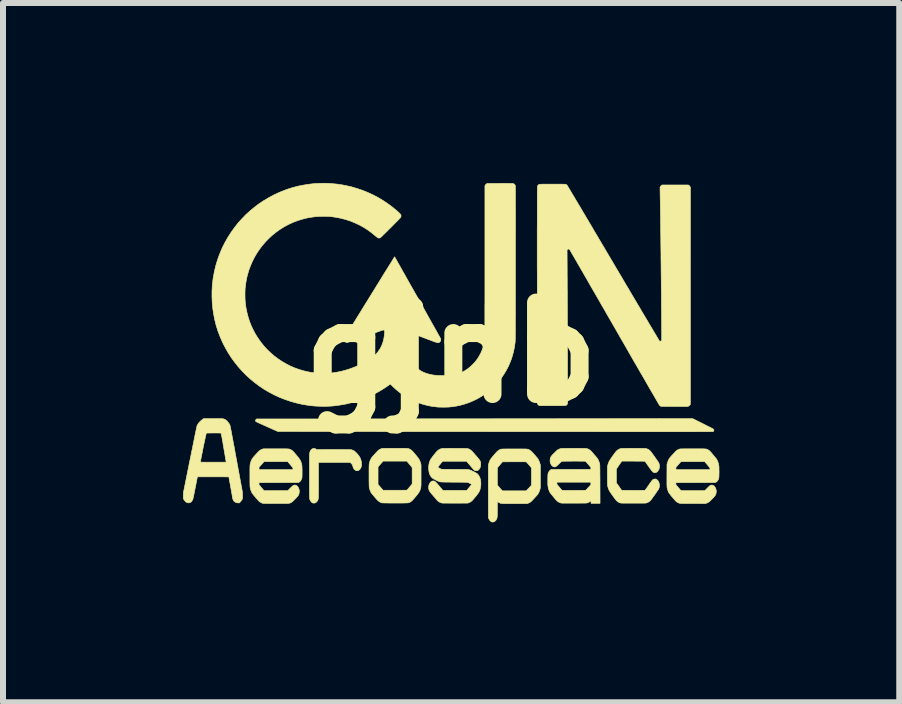
<source format=kicad_pcb>
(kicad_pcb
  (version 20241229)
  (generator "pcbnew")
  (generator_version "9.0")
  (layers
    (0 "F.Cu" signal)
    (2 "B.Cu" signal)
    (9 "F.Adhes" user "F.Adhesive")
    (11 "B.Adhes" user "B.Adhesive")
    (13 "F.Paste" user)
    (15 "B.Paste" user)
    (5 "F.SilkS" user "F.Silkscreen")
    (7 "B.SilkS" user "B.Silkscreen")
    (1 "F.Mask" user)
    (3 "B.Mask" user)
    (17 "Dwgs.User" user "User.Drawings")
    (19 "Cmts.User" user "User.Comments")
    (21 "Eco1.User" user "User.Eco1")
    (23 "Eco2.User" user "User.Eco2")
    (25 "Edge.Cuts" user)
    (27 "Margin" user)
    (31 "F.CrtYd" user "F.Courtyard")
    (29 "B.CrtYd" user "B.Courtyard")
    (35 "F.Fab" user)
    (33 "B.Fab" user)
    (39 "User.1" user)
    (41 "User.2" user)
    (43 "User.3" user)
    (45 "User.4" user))
  (footprint "gjnb"
    (layer "F.Cu")
    (at 4.471 2.829)
    (property "Reference" "gjnb" (at 0 0 0) (layer "F.SilkS") (effects (font (size 1.524 1.524) (thickness 0.3))))
    (attr through_hole)
    (fp_poly (pts (xy -2.277 1.598) (xy -2.268 1.6) (xy -2.259 1.605) (xy -2.254 1.608) (xy -2.243 1.616) (xy -1.959 1.615) (xy -1.915 1.615) (xy -1.875 1.615) (xy -1.841 1.615) (xy -1.81 1.615) (xy -1.783 1.616) (xy -1.76 1.616) (xy -1.741 1.616) (xy -1.724 1.616) (xy -1.71 1.616) (xy -1.698 1.616) (xy -1.689 1.617) (xy -1.681 1.617) (xy -1.675 1.617) (xy -1.67 1.618) (xy -1.666 1.618) (xy -1.663 1.619) (xy -1.66 1.62) (xy -1.658 1.621) (xy -1.657 1.621) (xy -1.642 1.626) (xy -1.628 1.632) (xy -1.615 1.639) (xy -1.603 1.649) (xy -1.59 1.661) (xy -1.575 1.676) (xy -1.566 1.686) (xy -1.547 1.708) (xy -1.532 1.729) (xy -1.52 1.749) (xy -1.511 1.77) (xy -1.503 1.793) (xy -1.501 1.802) (xy -1.497 1.819) (xy -1.495 1.839) (xy -1.494 1.858) (xy -1.494 1.876) (xy -1.496 1.89) (xy -1.501 1.909) (xy -1.51 1.927) (xy -1.52 1.943) (xy -1.532 1.955) (xy -1.545 1.964) (xy -1.561 1.968) (xy -1.577 1.968) (xy -1.591 1.964) (xy -1.605 1.955) (xy -1.617 1.942) (xy -1.628 1.926) (xy -1.636 1.906) (xy -1.64 1.89) (xy -1.642 1.881) (xy -1.645 1.874) (xy -1.648 1.869) (xy -1.652 1.862) (xy -1.659 1.855) (xy -1.664 1.849) (xy -1.683 1.829) (xy -2.212 1.829) (xy -2.212 2.173) (xy -2.212 2.214) (xy -2.212 2.251) (xy -2.212 2.284) (xy -2.213 2.313) (xy -2.213 2.338) (xy -2.213 2.36) (xy -2.213 2.378) (xy -2.213 2.394) (xy -2.214 2.408) (xy -2.214 2.419) (xy -2.215 2.428) (xy -2.216 2.435) (xy -2.217 2.441) (xy -2.218 2.447) (xy -2.219 2.451) (xy -2.22 2.454) (xy -2.222 2.458) (xy -2.224 2.461) (xy -2.225 2.464) (xy -2.232 2.475) (xy -2.241 2.486) (xy -2.251 2.495) (xy -2.261 2.502) (xy -2.261 2.502) (xy -2.275 2.507) (xy -2.291 2.508) (xy -2.307 2.506) (xy -2.319 2.499) (xy -2.331 2.489) (xy -2.342 2.475) (xy -2.351 2.458) (xy -2.358 2.44) (xy -2.359 2.434) (xy -2.36 2.43) (xy -2.36 2.422) (xy -2.361 2.411) (xy -2.361 2.395) (xy -2.361 2.375) (xy -2.361 2.352) (xy -2.362 2.324) (xy -2.362 2.291) (xy -2.362 2.254) (xy -2.362 2.213) (xy -2.362 2.167) (xy -2.362 2.115) (xy -2.362 2.059) (xy -2.362 2.053) (xy -2.362 2.002) (xy -2.362 1.956) (xy -2.362 1.915) (xy -2.362 1.878) (xy -2.362 1.846) (xy -2.362 1.817) (xy -2.362 1.791) (xy -2.362 1.769) (xy -2.362 1.75) (xy -2.362 1.734) (xy -2.361 1.72) (xy -2.361 1.708) (xy -2.361 1.699) (xy -2.36 1.691) (xy -2.36 1.685) (xy -2.36 1.679) (xy -2.359 1.675) (xy -2.359 1.672) (xy -2.358 1.669) (xy -2.357 1.666) (xy -2.357 1.665) (xy -2.35 1.644) (xy -2.34 1.626) (xy -2.328 1.613) (xy -2.314 1.603) (xy -2.298 1.598) (xy -2.288 1.597) (xy -2.277 1.598)) (stroke (width 0.01) (type solid)) (fill yes) (layer "F.SilkS"))
    (fp_poly (pts (xy 4.196 1.184) (xy 4.223 1.198) (xy 4.249 1.211) (xy 4.274 1.224) (xy 4.297 1.235) (xy 4.317 1.245) (xy 4.335 1.254) (xy 4.349 1.262) (xy 4.36 1.268) (xy 4.368 1.272) (xy 4.371 1.273) (xy 4.377 1.282) (xy 4.38 1.291) (xy 4.378 1.301) (xy 4.373 1.31) (xy 4.37 1.313) (xy 4.369 1.313) (xy 4.369 1.314) (xy 4.369 1.314) (xy 4.37 1.314) (xy 4.37 1.314) (xy 4.37 1.314) (xy 4.37 1.315) (xy 4.369 1.315) (xy 4.369 1.315) (xy 4.368 1.315) (xy 4.366 1.315) (xy 4.364 1.315) (xy 4.362 1.316) (xy 4.358 1.316) (xy 4.355 1.316) (xy 4.35 1.316) (xy 4.345 1.316) (xy 4.338 1.316) (xy 4.331 1.316) (xy 4.323 1.316) (xy 4.313 1.317) (xy 4.303 1.317) (xy 4.291 1.317) (xy 4.278 1.317) (xy 4.264 1.317) (xy 4.248 1.317) (xy 4.231 1.317) (xy 4.212 1.317) (xy 4.191 1.317) (xy 4.169 1.317) (xy 4.145 1.317) (xy 4.119 1.317) (xy 4.092 1.317) (xy 4.062 1.318) (xy 4.03 1.318) (xy 3.997 1.318) (xy 3.961 1.318) (xy 3.923 1.318) (xy 3.882 1.318) (xy 3.84 1.318) (xy 3.795 1.318) (xy 3.747 1.318) (xy 3.697 1.318) (xy 3.644 1.318) (xy 3.589 1.318) (xy 3.53 1.318) (xy 3.469 1.318) (xy 3.405 1.318) (xy 3.339 1.318) (xy 3.269 1.318) (xy 3.196 1.318) (xy 3.12 1.318) (xy 3.04 1.318) (xy 2.958 1.318) (xy 2.872 1.318) (xy 2.782 1.318) (xy 2.689 1.318) (xy 2.593 1.318) (xy 2.493 1.318) (xy 2.389 1.317) (xy 2.282 1.317) (xy 2.171 1.317) (xy 2.056 1.317) (xy 1.937 1.317) (xy 1.813 1.317) (xy 1.686 1.317) (xy 1.555 1.317) (xy 1.42 1.317) (xy 1.28 1.317) (xy 1.136 1.317) (xy 0.987 1.317) (xy 0.834 1.317) (xy 0.677 1.317) (xy 0.514 1.316) (xy 0.348 1.316) (xy 0.176 1.316) (xy -0.000452 1.316) (xy -0.182 1.316) (xy -0.368 1.316) (xy -0.559 1.316) (xy -0.58 1.316) (xy -2.889 1.314) (xy -3.067 1.235) (xy -3.095 1.222) (xy -3.122 1.21) (xy -3.148 1.198) (xy -3.171 1.188) (xy -3.193 1.178) (xy -3.211 1.17) (xy -3.226 1.163) (xy -3.238 1.157) (xy -3.246 1.154) (xy -3.25 1.152) (xy -3.25 1.152) (xy -3.258 1.144) (xy -3.261 1.135) (xy -3.26 1.125) (xy -3.254 1.115) (xy -3.253 1.114) (xy -3.244 1.105) (xy -2.575 1.105) (xy -2.544 1.105) (xy -2.508 1.105) (xy -2.467 1.105) (xy -2.422 1.105) (xy -2.372 1.105) (xy -2.317 1.105) (xy -2.259 1.105) (xy -2.196 1.105) (xy -2.129 1.105) (xy -2.058 1.105) (xy -1.983 1.104) (xy -1.905 1.104) (xy -1.823 1.104) (xy -1.738 1.104) (xy -1.65 1.104) (xy -1.559 1.104) (xy -1.464 1.104) (xy -1.367 1.104) (xy -1.267 1.104) (xy -1.164 1.104) (xy -1.059 1.104) (xy -0.952 1.104) (xy -0.843 1.104) (xy -0.731 1.104) (xy -0.618 1.104) (xy -0.502 1.103) (xy -0.386 1.103) (xy -0.267 1.103) (xy -0.147 1.103) (xy -0.026 1.103) (xy 0.096 1.103) (xy 0.219 1.103) (xy 0.343 1.103) (xy 0.468 1.103) (xy 0.593 1.103) (xy 0.719 1.102) (xy 0.845 1.102) (xy 0.972 1.102) (xy 1.06 1.102) (xy 4.027 1.1) (xy 4.196 1.184)) (stroke (width 0.01) (type solid)) (fill yes) (layer "F.SilkS"))
    (fp_poly (pts (xy 1.156 1.605) (xy 1.182 1.605) (xy 1.204 1.606) (xy 1.223 1.606) (xy 1.239 1.606) (xy 1.252 1.607) (xy 1.264 1.608) (xy 1.273 1.609) (xy 1.281 1.611) (xy 1.287 1.613) (xy 1.293 1.615) (xy 1.298 1.618) (xy 1.303 1.621) (xy 1.309 1.624) (xy 1.315 1.629) (xy 1.318 1.631) (xy 1.325 1.635) (xy 1.331 1.641) (xy 1.338 1.647) (xy 1.346 1.654) (xy 1.355 1.663) (xy 1.365 1.674) (xy 1.378 1.689) (xy 1.389 1.701) (xy 1.402 1.716) (xy 1.414 1.73) (xy 1.425 1.743) (xy 1.434 1.753) (xy 1.44 1.761) (xy 1.444 1.766) (xy 1.445 1.767) (xy 1.452 1.779) (xy 1.459 1.794) (xy 1.467 1.811) (xy 1.474 1.829) (xy 1.479 1.846) (xy 1.48 1.848) (xy 1.487 1.873) (xy 1.487 2.254) (xy 1.48 2.279) (xy 1.474 2.299) (xy 1.466 2.319) (xy 1.457 2.339) (xy 1.447 2.355) (xy 1.445 2.359) (xy 1.441 2.364) (xy 1.434 2.372) (xy 1.425 2.383) (xy 1.414 2.395) (xy 1.402 2.409) (xy 1.389 2.424) (xy 1.387 2.425) (xy 1.369 2.445) (xy 1.354 2.461) (xy 1.341 2.474) (xy 1.329 2.484) (xy 1.318 2.493) (xy 1.308 2.499) (xy 1.298 2.504) (xy 1.287 2.509) (xy 1.283 2.51) (xy 1.266 2.516) (xy 1.053 2.516) (xy 1.015 2.516) (xy 0.982 2.516) (xy 0.953 2.516) (xy 0.928 2.516) (xy 0.907 2.516) (xy 0.889 2.515) (xy 0.875 2.515) (xy 0.863 2.515) (xy 0.853 2.515) (xy 0.845 2.514) (xy 0.839 2.514) (xy 0.835 2.513) (xy 0.831 2.513) (xy 0.828 2.512) (xy 0.826 2.511) (xy 0.826 2.511) (xy 0.809 2.505) (xy 0.795 2.498) (xy 0.782 2.489) (xy 0.781 2.488) (xy 0.77 2.479) (xy 0.77 2.607) (xy 0.77 2.637) (xy 0.769 2.662) (xy 0.769 2.684) (xy 0.769 2.701) (xy 0.769 2.716) (xy 0.768 2.727) (xy 0.768 2.736) (xy 0.767 2.743) (xy 0.766 2.748) (xy 0.766 2.75) (xy 0.759 2.771) (xy 0.749 2.79) (xy 0.737 2.804) (xy 0.723 2.815) (xy 0.708 2.822) (xy 0.698 2.823) (xy 0.689 2.823) (xy 0.68 2.823) (xy 0.677 2.822) (xy 0.664 2.815) (xy 0.651 2.804) (xy 0.639 2.789) (xy 0.629 2.771) (xy 0.627 2.766) (xy 0.621 2.752) (xy 0.62 2.315) (xy 0.62 1.921) (xy 0.77 1.921) (xy 0.77 2.209) (xy 0.807 2.251) (xy 0.818 2.263) (xy 0.828 2.275) (xy 0.837 2.285) (xy 0.845 2.293) (xy 0.849 2.297) (xy 0.85 2.298) (xy 0.856 2.304) (xy 1.251 2.304) (xy 1.267 2.287) (xy 1.275 2.278) (xy 1.285 2.268) (xy 1.297 2.256) (xy 1.308 2.243) (xy 1.311 2.24) (xy 1.339 2.21) (xy 1.338 2.064) (xy 1.338 1.919) (xy 1.299 1.873) (xy 1.288 1.86) (xy 1.277 1.848) (xy 1.268 1.838) (xy 1.261 1.83) (xy 1.256 1.824) (xy 1.254 1.823) (xy 1.253 1.822) (xy 1.251 1.822) (xy 1.249 1.821) (xy 1.245 1.82) (xy 1.239 1.82) (xy 1.232 1.82) (xy 1.222 1.819) (xy 1.21 1.819) (xy 1.194 1.819) (xy 1.176 1.819) (xy 1.154 1.819) (xy 1.128 1.819) (xy 1.097 1.819) (xy 1.062 1.819) (xy 1.052 1.819) (xy 0.855 1.82) (xy 0.825 1.855) (xy 0.814 1.868) (xy 0.803 1.881) (xy 0.794 1.892) (xy 0.786 1.901) (xy 0.782 1.906) (xy 0.77 1.921) (xy 0.62 1.921) (xy 0.62 1.878) (xy 0.626 1.854) (xy 0.632 1.832) (xy 0.64 1.811) (xy 0.649 1.791) (xy 0.659 1.775) (xy 0.663 1.768) (xy 0.67 1.759) (xy 0.68 1.748) (xy 0.691 1.734) (xy 0.703 1.72) (xy 0.716 1.704) (xy 0.729 1.69) (xy 0.741 1.676) (xy 0.752 1.663) (xy 0.762 1.653) (xy 0.769 1.646) (xy 0.771 1.644) (xy 0.781 1.636) (xy 0.792 1.628) (xy 0.801 1.622) (xy 0.806 1.619) (xy 0.811 1.617) (xy 0.815 1.614) (xy 0.82 1.612) (xy 0.825 1.611) (xy 0.831 1.609) (xy 0.839 1.608) (xy 0.847 1.607) (xy 0.858 1.607) (xy 0.871 1.606) (xy 0.887 1.606) (xy 0.906 1.606) (xy 0.928 1.605) (xy 0.954 1.605) (xy 0.984 1.605) (xy 1.018 1.605) (xy 1.053 1.605) (xy 1.092 1.605) (xy 1.126 1.605) (xy 1.156 1.605)) (stroke (width 0.01) (type solid)) (fill yes) (layer "F.SilkS"))
    (fp_poly (pts (xy -2.85 1.603) (xy -2.82 1.603) (xy -2.795 1.603) (xy -2.774 1.603) (xy -2.755 1.603) (xy -2.74 1.604) (xy -2.727 1.604) (xy -2.717 1.605) (xy -2.708 1.606) (xy -2.701 1.607) (xy -2.696 1.608) (xy -2.691 1.609) (xy -2.686 1.611) (xy -2.681 1.613) (xy -2.677 1.616) (xy -2.673 1.617) (xy -2.665 1.622) (xy -2.657 1.627) (xy -2.649 1.633) (xy -2.64 1.64) (xy -2.631 1.65) (xy -2.62 1.661) (xy -2.607 1.676) (xy -2.592 1.694) (xy -2.581 1.707) (xy -2.564 1.728) (xy -2.549 1.746) (xy -2.537 1.762) (xy -2.528 1.775) (xy -2.52 1.787) (xy -2.514 1.798) (xy -2.508 1.809) (xy -2.504 1.821) (xy -2.5 1.833) (xy -2.496 1.844) (xy -2.493 1.854) (xy -2.491 1.864) (xy -2.489 1.874) (xy -2.488 1.885) (xy -2.487 1.898) (xy -2.486 1.913) (xy -2.486 1.931) (xy -2.485 1.953) (xy -2.485 1.978) (xy -2.485 1.988) (xy -2.485 2.012) (xy -2.485 2.033) (xy -2.486 2.049) (xy -2.486 2.062) (xy -2.486 2.072) (xy -2.487 2.08) (xy -2.488 2.086) (xy -2.489 2.091) (xy -2.49 2.096) (xy -2.49 2.097) (xy -2.499 2.119) (xy -2.51 2.137) (xy -2.524 2.152) (xy -2.537 2.16) (xy -2.549 2.165) (xy -2.876 2.166) (xy -3.203 2.167) (xy -3.203 2.202) (xy -3.167 2.245) (xy -3.156 2.258) (xy -3.146 2.27) (xy -3.137 2.28) (xy -3.13 2.288) (xy -3.126 2.293) (xy -3.125 2.294) (xy -3.119 2.301) (xy -2.724 2.301) (xy -2.685 2.262) (xy -2.672 2.249) (xy -2.66 2.238) (xy -2.649 2.228) (xy -2.64 2.22) (xy -2.634 2.215) (xy -2.633 2.215) (xy -2.618 2.208) (xy -2.602 2.207) (xy -2.588 2.21) (xy -2.574 2.218) (xy -2.561 2.229) (xy -2.55 2.245) (xy -2.541 2.264) (xy -2.536 2.277) (xy -2.532 2.297) (xy -2.532 2.319) (xy -2.534 2.342) (xy -2.54 2.363) (xy -2.549 2.381) (xy -2.55 2.383) (xy -2.554 2.389) (xy -2.562 2.397) (xy -2.571 2.408) (xy -2.583 2.421) (xy -2.595 2.434) (xy -2.608 2.447) (xy -2.62 2.459) (xy -2.631 2.47) (xy -2.64 2.479) (xy -2.647 2.485) (xy -2.648 2.485) (xy -2.657 2.492) (xy -2.667 2.498) (xy -2.673 2.501) (xy -2.677 2.503) (xy -2.682 2.505) (xy -2.686 2.507) (xy -2.691 2.509) (xy -2.696 2.51) (xy -2.703 2.511) (xy -2.711 2.512) (xy -2.721 2.513) (xy -2.733 2.513) (xy -2.747 2.514) (xy -2.764 2.514) (xy -2.785 2.514) (xy -2.809 2.514) (xy -2.836 2.514) (xy -2.868 2.514) (xy -2.905 2.514) (xy -2.922 2.514) (xy -2.957 2.514) (xy -2.989 2.514) (xy -3.019 2.514) (xy -3.047 2.514) (xy -3.072 2.514) (xy -3.094 2.513) (xy -3.112 2.513) (xy -3.126 2.513) (xy -3.135 2.512) (xy -3.14 2.512) (xy -3.141 2.512) (xy -3.154 2.507) (xy -3.169 2.5) (xy -3.183 2.492) (xy -3.197 2.483) (xy -3.202 2.478) (xy -3.208 2.472) (xy -3.216 2.463) (xy -3.226 2.452) (xy -3.238 2.439) (xy -3.251 2.424) (xy -3.264 2.408) (xy -3.277 2.393) (xy -3.289 2.379) (xy -3.299 2.366) (xy -3.308 2.354) (xy -3.314 2.346) (xy -3.315 2.345) (xy -3.326 2.327) (xy -3.335 2.304) (xy -3.344 2.279) (xy -3.35 2.252) (xy -3.353 2.235) (xy -3.353 2.228) (xy -3.354 2.217) (xy -3.354 2.202) (xy -3.354 2.183) (xy -3.355 2.162) (xy -3.355 2.138) (xy -3.355 2.113) (xy -3.355 2.086) (xy -3.355 2.059) (xy -3.355 2.031) (xy -3.355 2.004) (xy -3.355 1.979) (xy -3.355 1.954) (xy -3.355 1.932) (xy -3.354 1.913) (xy -3.354 1.911) (xy -3.203 1.911) (xy -3.203 1.951) (xy -2.637 1.951) (xy -2.637 1.922) (xy -2.666 1.886) (xy -2.677 1.873) (xy -2.688 1.86) (xy -2.698 1.848) (xy -2.706 1.838) (xy -2.711 1.833) (xy -2.726 1.816) (xy -3.116 1.816) (xy -3.124 1.823) (xy -3.128 1.827) (xy -3.135 1.834) (xy -3.143 1.844) (xy -3.154 1.855) (xy -3.165 1.868) (xy -3.167 1.871) (xy -3.203 1.911) (xy -3.354 1.911) (xy -3.354 1.897) (xy -3.353 1.884) (xy -3.353 1.876) (xy -3.353 1.875) (xy -3.348 1.848) (xy -3.34 1.821) (xy -3.33 1.795) (xy -3.318 1.772) (xy -3.305 1.753) (xy -3.3 1.747) (xy -3.292 1.738) (xy -3.283 1.727) (xy -3.271 1.714) (xy -3.258 1.7) (xy -3.247 1.687) (xy -3.23 1.669) (xy -3.216 1.654) (xy -3.204 1.642) (xy -3.193 1.633) (xy -3.183 1.625) (xy -3.174 1.62) (xy -3.164 1.615) (xy -3.153 1.61) (xy -3.149 1.609) (xy -3.13 1.603) (xy -2.922 1.603) (xy -2.883 1.603) (xy -2.85 1.603)) (stroke (width 0.01) (type solid)) (fill yes) (layer "F.SilkS"))
    (fp_poly (pts (xy -0.898 1.595) (xy -0.866 1.595) (xy -0.837 1.595) (xy -0.813 1.595) (xy -0.792 1.595) (xy -0.775 1.595) (xy -0.76 1.596) (xy -0.749 1.596) (xy -0.739 1.596) (xy -0.732 1.597) (xy -0.726 1.597) (xy -0.721 1.598) (xy -0.717 1.598) (xy -0.714 1.599) (xy -0.711 1.6) (xy -0.711 1.6) (xy -0.693 1.607) (xy -0.674 1.618) (xy -0.658 1.63) (xy -0.652 1.635) (xy -0.647 1.64) (xy -0.639 1.649) (xy -0.629 1.66) (xy -0.617 1.674) (xy -0.605 1.688) (xy -0.592 1.704) (xy -0.58 1.719) (xy -0.568 1.733) (xy -0.558 1.746) (xy -0.549 1.757) (xy -0.543 1.765) (xy -0.542 1.767) (xy -0.531 1.786) (xy -0.52 1.81) (xy -0.511 1.836) (xy -0.508 1.846) (xy -0.502 1.871) (xy -0.502 2.05) (xy -0.502 2.085) (xy -0.502 2.116) (xy -0.502 2.142) (xy -0.502 2.165) (xy -0.502 2.184) (xy -0.502 2.201) (xy -0.503 2.214) (xy -0.504 2.226) (xy -0.504 2.235) (xy -0.505 2.244) (xy -0.507 2.251) (xy -0.508 2.258) (xy -0.51 2.265) (xy -0.512 2.272) (xy -0.515 2.28) (xy -0.516 2.282) (xy -0.52 2.294) (xy -0.524 2.305) (xy -0.53 2.316) (xy -0.536 2.327) (xy -0.544 2.339) (xy -0.554 2.352) (xy -0.566 2.368) (xy -0.581 2.386) (xy -0.595 2.403) (xy -0.613 2.425) (xy -0.629 2.443) (xy -0.643 2.458) (xy -0.656 2.47) (xy -0.667 2.48) (xy -0.678 2.488) (xy -0.688 2.494) (xy -0.699 2.498) (xy -0.711 2.502) (xy -0.716 2.503) (xy -0.721 2.504) (xy -0.731 2.505) (xy -0.745 2.505) (xy -0.763 2.506) (xy -0.784 2.506) (xy -0.807 2.507) (xy -0.833 2.507) (xy -0.861 2.507) (xy -0.889 2.507) (xy -0.919 2.507) (xy -0.949 2.507) (xy -0.978 2.507) (xy -1.007 2.507) (xy -1.035 2.507) (xy -1.061 2.506) (xy -1.085 2.506) (xy -1.107 2.506) (xy -1.125 2.505) (xy -1.14 2.505) (xy -1.151 2.504) (xy -1.157 2.503) (xy -1.158 2.503) (xy -1.18 2.495) (xy -1.201 2.482) (xy -1.222 2.465) (xy -1.233 2.454) (xy -1.248 2.438) (xy -1.263 2.421) (xy -1.277 2.404) (xy -1.291 2.388) (xy -1.304 2.372) (xy -1.316 2.358) (xy -1.325 2.347) (xy -1.331 2.338) (xy -1.334 2.335) (xy -1.342 2.317) (xy -1.351 2.297) (xy -1.358 2.275) (xy -1.364 2.254) (xy -1.365 2.248) (xy -1.366 2.241) (xy -1.367 2.229) (xy -1.367 2.213) (xy -1.368 2.196) (xy -1.219 2.196) (xy -1.182 2.239) (xy -1.171 2.252) (xy -1.16 2.264) (xy -1.152 2.274) (xy -1.145 2.282) (xy -1.141 2.287) (xy -1.14 2.288) (xy -1.135 2.294) (xy -0.938 2.294) (xy -0.901 2.294) (xy -0.869 2.294) (xy -0.842 2.294) (xy -0.819 2.293) (xy -0.799 2.293) (xy -0.783 2.293) (xy -0.77 2.293) (xy -0.759 2.293) (xy -0.751 2.292) (xy -0.745 2.292) (xy -0.741 2.291) (xy -0.738 2.291) (xy -0.736 2.29) (xy -0.735 2.289) (xy -0.735 2.289) (xy -0.732 2.286) (xy -0.726 2.28) (xy -0.718 2.271) (xy -0.709 2.26) (xy -0.699 2.248) (xy -0.689 2.236) (xy -0.679 2.224) (xy -0.67 2.214) (xy -0.663 2.205) (xy -0.658 2.198) (xy -0.657 2.198) (xy -0.65 2.189) (xy -0.65 2.052) (xy -0.65 1.916) (xy -0.687 1.87) (xy -0.699 1.857) (xy -0.709 1.844) (xy -0.718 1.833) (xy -0.726 1.824) (xy -0.731 1.818) (xy -0.732 1.817) (xy -0.74 1.808) (xy -1.134 1.808) (xy -1.148 1.824) (xy -1.155 1.832) (xy -1.164 1.842) (xy -1.175 1.854) (xy -1.186 1.866) (xy -1.191 1.872) (xy -1.219 1.904) (xy -1.219 2.196) (xy -1.368 2.196) (xy -1.368 2.194) (xy -1.368 2.171) (xy -1.369 2.147) (xy -1.369 2.12) (xy -1.369 2.092) (xy -1.369 2.064) (xy -1.369 2.035) (xy -1.369 2.006) (xy -1.369 1.978) (xy -1.369 1.952) (xy -1.369 1.927) (xy -1.368 1.905) (xy -1.368 1.885) (xy -1.367 1.869) (xy -1.366 1.857) (xy -1.365 1.85) (xy -1.365 1.85) (xy -1.359 1.825) (xy -1.351 1.8) (xy -1.341 1.778) (xy -1.33 1.758) (xy -1.326 1.752) (xy -1.321 1.745) (xy -1.313 1.736) (xy -1.303 1.724) (xy -1.291 1.711) (xy -1.279 1.698) (xy -1.266 1.683) (xy -1.253 1.669) (xy -1.241 1.656) (xy -1.23 1.645) (xy -1.22 1.635) (xy -1.213 1.628) (xy -1.209 1.624) (xy -1.208 1.624) (xy -1.188 1.611) (xy -1.166 1.602) (xy -1.158 1.599) (xy -1.155 1.598) (xy -1.152 1.598) (xy -1.147 1.597) (xy -1.141 1.597) (xy -1.133 1.596) (xy -1.122 1.596) (xy -1.11 1.596) (xy -1.094 1.596) (xy -1.076 1.595) (xy -1.053 1.595) (xy -1.028 1.595) (xy -0.997 1.595) (xy -0.963 1.595) (xy -0.936 1.595) (xy -0.898 1.595)) (stroke (width 0.01) (type solid)) (fill yes) (layer "F.SilkS"))
    (fp_poly (pts (xy 4.102 1.603) (xy 4.132 1.603) (xy 4.157 1.603) (xy 4.179 1.603) (xy 4.197 1.603) (xy 4.213 1.604) (xy 4.225 1.604) (xy 4.236 1.605) (xy 4.245 1.606) (xy 4.252 1.607) (xy 4.258 1.608) (xy 4.263 1.61) (xy 4.268 1.612) (xy 4.272 1.614) (xy 4.277 1.617) (xy 4.28 1.618) (xy 4.29 1.624) (xy 4.301 1.632) (xy 4.307 1.636) (xy 4.311 1.64) (xy 4.318 1.648) (xy 4.328 1.658) (xy 4.339 1.671) (xy 4.351 1.685) (xy 4.363 1.7) (xy 4.376 1.715) (xy 4.388 1.729) (xy 4.4 1.743) (xy 4.409 1.755) (xy 4.417 1.764) (xy 4.422 1.771) (xy 4.435 1.793) (xy 4.446 1.819) (xy 4.455 1.847) (xy 4.461 1.875) (xy 4.463 1.886) (xy 4.464 1.9) (xy 4.465 1.917) (xy 4.465 1.937) (xy 4.465 1.958) (xy 4.466 1.98) (xy 4.466 2.003) (xy 4.465 2.024) (xy 4.465 2.044) (xy 4.464 2.062) (xy 4.463 2.077) (xy 4.462 2.088) (xy 4.461 2.093) (xy 4.455 2.112) (xy 4.445 2.13) (xy 4.433 2.145) (xy 4.419 2.157) (xy 4.412 2.161) (xy 4.41 2.162) (xy 4.408 2.162) (xy 4.405 2.163) (xy 4.401 2.163) (xy 4.395 2.164) (xy 4.387 2.164) (xy 4.378 2.164) (xy 4.366 2.165) (xy 4.352 2.165) (xy 4.335 2.165) (xy 4.315 2.165) (xy 4.292 2.165) (xy 4.266 2.165) (xy 4.235 2.166) (xy 4.201 2.166) (xy 4.162 2.166) (xy 4.118 2.166) (xy 4.075 2.166) (xy 3.747 2.167) (xy 3.747 2.184) (xy 3.747 2.201) (xy 3.787 2.249) (xy 3.799 2.262) (xy 3.809 2.275) (xy 3.818 2.285) (xy 3.825 2.293) (xy 3.83 2.298) (xy 3.831 2.299) (xy 3.834 2.3) (xy 3.842 2.3) (xy 3.854 2.3) (xy 3.87 2.3) (xy 3.889 2.301) (xy 3.911 2.301) (xy 3.936 2.301) (xy 3.964 2.301) (xy 3.993 2.301) (xy 4.024 2.301) (xy 4.031 2.301) (xy 4.228 2.301) (xy 4.27 2.259) (xy 4.285 2.244) (xy 4.298 2.232) (xy 4.308 2.222) (xy 4.317 2.216) (xy 4.324 2.212) (xy 4.331 2.209) (xy 4.338 2.208) (xy 4.345 2.207) (xy 4.361 2.21) (xy 4.375 2.217) (xy 4.388 2.228) (xy 4.388 2.228) (xy 4.402 2.247) (xy 4.412 2.268) (xy 4.418 2.291) (xy 4.42 2.315) (xy 4.417 2.339) (xy 4.411 2.363) (xy 4.407 2.371) (xy 4.404 2.377) (xy 4.399 2.384) (xy 4.393 2.392) (xy 4.385 2.402) (xy 4.374 2.414) (xy 4.36 2.429) (xy 4.355 2.434) (xy 4.338 2.452) (xy 4.323 2.466) (xy 4.311 2.478) (xy 4.3 2.487) (xy 4.289 2.494) (xy 4.279 2.5) (xy 4.268 2.505) (xy 4.259 2.508) (xy 4.24 2.515) (xy 4.029 2.514) (xy 3.991 2.514) (xy 3.958 2.514) (xy 3.93 2.514) (xy 3.905 2.514) (xy 3.884 2.514) (xy 3.867 2.514) (xy 3.852 2.514) (xy 3.84 2.513) (xy 3.831 2.513) (xy 3.823 2.513) (xy 3.817 2.512) (xy 3.813 2.512) (xy 3.809 2.511) (xy 3.806 2.51) (xy 3.805 2.51) (xy 3.782 2.501) (xy 3.761 2.488) (xy 3.754 2.483) (xy 3.749 2.478) (xy 3.74 2.47) (xy 3.73 2.458) (xy 3.718 2.445) (xy 3.705 2.43) (xy 3.692 2.414) (xy 3.678 2.398) (xy 3.665 2.382) (xy 3.654 2.367) (xy 3.643 2.354) (xy 3.635 2.343) (xy 3.629 2.335) (xy 3.628 2.332) (xy 3.621 2.318) (xy 3.614 2.3) (xy 3.608 2.28) (xy 3.602 2.261) (xy 3.599 2.244) (xy 3.599 2.237) (xy 3.598 2.227) (xy 3.598 2.213) (xy 3.597 2.194) (xy 3.597 2.171) (xy 3.597 2.144) (xy 3.597 2.113) (xy 3.597 2.076) (xy 3.597 2.043) (xy 3.598 1.912) (xy 3.747 1.912) (xy 3.747 1.951) (xy 4.315 1.951) (xy 4.315 1.937) (xy 4.315 1.933) (xy 4.315 1.93) (xy 4.314 1.927) (xy 4.313 1.923) (xy 4.31 1.918) (xy 4.305 1.912) (xy 4.299 1.904) (xy 4.292 1.894) (xy 4.281 1.882) (xy 4.269 1.866) (xy 4.253 1.848) (xy 4.244 1.837) (xy 4.226 1.816) (xy 3.833 1.816) (xy 3.82 1.829) (xy 3.815 1.836) (xy 3.806 1.845) (xy 3.796 1.856) (xy 3.785 1.868) (xy 3.777 1.878) (xy 3.747 1.912) (xy 3.598 1.912) (xy 3.598 1.863) (xy 3.605 1.838) (xy 3.612 1.817) (xy 3.62 1.796) (xy 3.629 1.777) (xy 3.639 1.762) (xy 3.64 1.76) (xy 3.645 1.754) (xy 3.653 1.745) (xy 3.663 1.733) (xy 3.674 1.72) (xy 3.687 1.706) (xy 3.7 1.692) (xy 3.713 1.678) (xy 3.725 1.665) (xy 3.736 1.653) (xy 3.745 1.644) (xy 3.752 1.637) (xy 3.754 1.635) (xy 3.765 1.627) (xy 3.779 1.619) (xy 3.794 1.612) (xy 3.808 1.607) (xy 3.813 1.605) (xy 3.817 1.605) (xy 3.827 1.604) (xy 3.842 1.604) (xy 3.861 1.604) (xy 3.885 1.603) (xy 3.914 1.603) (xy 3.947 1.603) (xy 3.984 1.603) (xy 4.025 1.603) (xy 4.03 1.603) (xy 4.068 1.603) (xy 4.102 1.603)) (stroke (width 0.01) (type solid)) (fill yes) (layer "F.SilkS"))
    (fp_poly (pts (xy 2.064 1.595) (xy 2.093 1.595) (xy 2.12 1.595) (xy 2.147 1.596) (xy 2.172 1.596) (xy 2.194 1.596) (xy 2.213 1.596) (xy 2.23 1.597) (xy 2.242 1.597) (xy 2.25 1.598) (xy 2.252 1.598) (xy 2.271 1.602) (xy 2.29 1.61) (xy 2.309 1.622) (xy 2.326 1.634) (xy 2.332 1.64) (xy 2.341 1.649) (xy 2.351 1.661) (xy 2.363 1.675) (xy 2.376 1.69) (xy 2.389 1.705) (xy 2.402 1.72) (xy 2.414 1.734) (xy 2.424 1.747) (xy 2.433 1.757) (xy 2.435 1.76) (xy 2.448 1.78) (xy 2.458 1.802) (xy 2.468 1.827) (xy 2.476 1.855) (xy 2.476 1.858) (xy 2.477 1.862) (xy 2.477 1.866) (xy 2.478 1.872) (xy 2.478 1.879) (xy 2.479 1.887) (xy 2.479 1.898) (xy 2.479 1.91) (xy 2.479 1.926) (xy 2.48 1.944) (xy 2.48 1.964) (xy 2.48 1.989) (xy 2.48 2.017) (xy 2.48 2.048) (xy 2.481 2.084) (xy 2.481 2.124) (xy 2.481 2.169) (xy 2.481 2.193) (xy 2.482 2.512) (xy 2.332 2.512) (xy 2.332 2.469) (xy 2.321 2.477) (xy 2.306 2.488) (xy 2.287 2.498) (xy 2.273 2.504) (xy 2.271 2.505) (xy 2.268 2.505) (xy 2.264 2.506) (xy 2.259 2.506) (xy 2.252 2.507) (xy 2.244 2.507) (xy 2.233 2.508) (xy 2.22 2.508) (xy 2.203 2.508) (xy 2.184 2.508) (xy 2.16 2.508) (xy 2.133 2.509) (xy 2.101 2.509) (xy 2.065 2.509) (xy 2.054 2.509) (xy 2.012 2.509) (xy 1.974 2.509) (xy 1.941 2.509) (xy 1.913 2.509) (xy 1.89 2.509) (xy 1.87 2.509) (xy 1.855 2.508) (xy 1.844 2.508) (xy 1.836 2.507) (xy 1.832 2.507) (xy 1.817 2.502) (xy 1.801 2.495) (xy 1.784 2.486) (xy 1.77 2.476) (xy 1.763 2.47) (xy 1.757 2.464) (xy 1.749 2.455) (xy 1.738 2.443) (xy 1.726 2.429) (xy 1.714 2.414) (xy 1.701 2.398) (xy 1.688 2.383) (xy 1.676 2.368) (xy 1.665 2.355) (xy 1.657 2.344) (xy 1.651 2.336) (xy 1.65 2.335) (xy 1.637 2.31) (xy 1.626 2.282) (xy 1.618 2.25) (xy 1.613 2.216) (xy 1.612 2.205) (xy 1.611 2.191) (xy 1.611 2.174) (xy 1.611 2.159) (xy 1.763 2.159) (xy 1.763 2.194) (xy 1.796 2.234) (xy 1.807 2.247) (xy 1.817 2.26) (xy 1.827 2.271) (xy 1.834 2.279) (xy 1.839 2.285) (xy 1.839 2.285) (xy 1.849 2.296) (xy 2.044 2.296) (xy 2.081 2.296) (xy 2.112 2.296) (xy 2.14 2.296) (xy 2.163 2.296) (xy 2.182 2.296) (xy 2.198 2.296) (xy 2.211 2.295) (xy 2.222 2.295) (xy 2.23 2.295) (xy 2.236 2.294) (xy 2.24 2.294) (xy 2.243 2.293) (xy 2.244 2.292) (xy 2.245 2.292) (xy 2.248 2.289) (xy 2.254 2.283) (xy 2.263 2.274) (xy 2.273 2.263) (xy 2.284 2.251) (xy 2.29 2.245) (xy 2.329 2.202) (xy 2.329 2.159) (xy 1.763 2.159) (xy 1.611 2.159) (xy 1.611 2.154) (xy 1.611 2.134) (xy 1.611 2.113) (xy 1.611 2.092) (xy 1.612 2.073) (xy 1.612 2.055) (xy 1.613 2.039) (xy 1.614 2.027) (xy 1.615 2.019) (xy 1.615 2.017) (xy 1.622 1.998) (xy 1.632 1.981) (xy 1.643 1.966) (xy 1.656 1.955) (xy 1.658 1.954) (xy 1.67 1.947) (xy 2 1.946) (xy 2.329 1.946) (xy 2.329 1.913) (xy 2.287 1.863) (xy 2.275 1.849) (xy 2.264 1.837) (xy 2.255 1.826) (xy 2.247 1.818) (xy 2.241 1.813) (xy 2.238 1.811) (xy 2.235 1.81) (xy 2.226 1.81) (xy 2.214 1.809) (xy 2.198 1.809) (xy 2.179 1.809) (xy 2.157 1.809) (xy 2.133 1.809) (xy 2.107 1.808) (xy 2.081 1.808) (xy 2.053 1.808) (xy 2.025 1.808) (xy 1.998 1.809) (xy 1.971 1.809) (xy 1.946 1.809) (xy 1.922 1.809) (xy 1.901 1.81) (xy 1.882 1.81) (xy 1.866 1.81) (xy 1.854 1.811) (xy 1.846 1.811) (xy 1.843 1.812) (xy 1.84 1.814) (xy 1.833 1.82) (xy 1.825 1.828) (xy 1.814 1.838) (xy 1.802 1.849) (xy 1.797 1.854) (xy 1.78 1.871) (xy 1.765 1.884) (xy 1.753 1.894) (xy 1.742 1.9) (xy 1.732 1.904) (xy 1.723 1.905) (xy 1.714 1.904) (xy 1.705 1.901) (xy 1.703 1.9) (xy 1.687 1.89) (xy 1.674 1.877) (xy 1.663 1.86) (xy 1.655 1.84) (xy 1.65 1.819) (xy 1.649 1.796) (xy 1.651 1.773) (xy 1.652 1.766) (xy 1.655 1.756) (xy 1.658 1.747) (xy 1.662 1.738) (xy 1.668 1.729) (xy 1.675 1.72) (xy 1.684 1.709) (xy 1.696 1.696) (xy 1.711 1.681) (xy 1.722 1.671) (xy 1.737 1.656) (xy 1.749 1.644) (xy 1.758 1.635) (xy 1.766 1.628) (xy 1.773 1.623) (xy 1.779 1.619) (xy 1.785 1.615) (xy 1.791 1.612) (xy 1.793 1.611) (xy 1.808 1.605) (xy 1.822 1.6) (xy 1.831 1.598) (xy 1.837 1.597) (xy 1.847 1.597) (xy 1.862 1.596) (xy 1.879 1.596) (xy 1.9 1.596) (xy 1.924 1.596) (xy 1.95 1.595) (xy 1.977 1.595) (xy 2.006 1.595) (xy 2.035 1.595) (xy 2.064 1.595)) (stroke (width 0.01) (type solid)) (fill yes) (layer "F.SilkS"))
    (fp_poly (pts (xy -3.934 1.1) (xy -3.906 1.1) (xy -3.883 1.1) (xy -3.863 1.1) (xy -3.847 1.1) (xy -3.834 1.1) (xy -3.823 1.101) (xy -3.815 1.101) (xy -3.809 1.102) (xy -3.804 1.102) (xy -3.8 1.103) (xy -3.796 1.104) (xy -3.793 1.105) (xy -3.793 1.105) (xy -3.785 1.108) (xy -3.778 1.109) (xy -3.775 1.11) (xy -3.771 1.112) (xy -3.765 1.116) (xy -3.758 1.121) (xy -3.756 1.123) (xy -3.749 1.129) (xy -3.742 1.134) (xy -3.738 1.137) (xy -3.738 1.137) (xy -3.735 1.14) (xy -3.73 1.146) (xy -3.729 1.148) (xy -3.723 1.156) (xy -3.717 1.164) (xy -3.715 1.166) (xy -3.706 1.178) (xy -3.699 1.187) (xy -3.694 1.195) (xy -3.69 1.203) (xy -3.689 1.205) (xy -3.688 1.208) (xy -3.686 1.213) (xy -3.685 1.22) (xy -3.682 1.231) (xy -3.68 1.244) (xy -3.676 1.26) (xy -3.673 1.279) (xy -3.668 1.302) (xy -3.663 1.328) (xy -3.658 1.357) (xy -3.652 1.391) (xy -3.645 1.428) (xy -3.637 1.469) (xy -3.629 1.514) (xy -3.619 1.564) (xy -3.609 1.618) (xy -3.599 1.677) (xy -3.587 1.741) (xy -3.581 1.773) (xy -3.479 2.328) (xy -3.478 2.377) (xy -3.478 2.395) (xy -3.477 2.408) (xy -3.478 2.417) (xy -3.478 2.424) (xy -3.479 2.43) (xy -3.48 2.434) (xy -3.482 2.439) (xy -3.482 2.439) (xy -3.49 2.455) (xy -3.502 2.472) (xy -3.515 2.487) (xy -3.52 2.493) (xy -3.533 2.505) (xy -3.555 2.504) (xy -3.568 2.503) (xy -3.578 2.501) (xy -3.586 2.498) (xy -3.592 2.496) (xy -3.607 2.487) (xy -3.619 2.477) (xy -3.627 2.468) (xy -3.63 2.462) (xy -3.633 2.453) (xy -3.637 2.445) (xy -3.637 2.445) (xy -3.642 2.434) (xy -3.645 2.419) (xy -3.648 2.401) (xy -3.649 2.398) (xy -3.65 2.388) (xy -3.652 2.375) (xy -3.654 2.359) (xy -3.658 2.339) (xy -3.662 2.315) (xy -3.667 2.287) (xy -3.673 2.255) (xy -3.679 2.218) (xy -3.684 2.19) (xy -3.689 2.166) (xy -3.693 2.144) (xy -3.696 2.124) (xy -3.7 2.106) (xy -3.702 2.092) (xy -3.704 2.081) (xy -3.705 2.074) (xy -3.706 2.071) (xy -3.708 2.071) (xy -3.716 2.071) (xy -3.727 2.071) (xy -3.743 2.071) (xy -3.762 2.071) (xy -3.785 2.07) (xy -3.811 2.07) (xy -3.84 2.07) (xy -3.871 2.07) (xy -3.904 2.07) (xy -3.939 2.07) (xy -3.968 2.07) (xy -4.231 2.07) (xy -4.234 2.089) (xy -4.235 2.094) (xy -4.237 2.104) (xy -4.24 2.118) (xy -4.243 2.136) (xy -4.247 2.157) (xy -4.252 2.181) (xy -4.257 2.206) (xy -4.262 2.234) (xy -4.268 2.263) (xy -4.271 2.276) (xy -4.277 2.31) (xy -4.283 2.339) (xy -4.288 2.363) (xy -4.292 2.384) (xy -4.296 2.401) (xy -4.299 2.415) (xy -4.302 2.427) (xy -4.304 2.436) (xy -4.306 2.443) (xy -4.308 2.448) (xy -4.309 2.452) (xy -4.311 2.455) (xy -4.312 2.457) (xy -4.318 2.466) (xy -4.325 2.476) (xy -4.327 2.48) (xy -4.333 2.488) (xy -4.34 2.493) (xy -4.348 2.497) (xy -4.368 2.503) (xy -4.387 2.503) (xy -4.404 2.499) (xy -4.404 2.499) (xy -4.419 2.491) (xy -4.433 2.478) (xy -4.447 2.462) (xy -4.455 2.449) (xy -4.466 2.43) (xy -4.465 2.383) (xy -4.464 2.336) (xy -4.361 1.824) (xy -4.181 1.824) (xy -4.178 1.824) (xy -4.171 1.825) (xy -4.159 1.825) (xy -4.142 1.825) (xy -4.121 1.826) (xy -4.095 1.826) (xy -4.065 1.826) (xy -4.031 1.826) (xy -3.994 1.826) (xy -3.965 1.826) (xy -3.75 1.826) (xy -3.752 1.815) (xy -3.753 1.811) (xy -3.754 1.802) (xy -3.757 1.789) (xy -3.76 1.773) (xy -3.763 1.753) (xy -3.767 1.73) (xy -3.771 1.704) (xy -3.776 1.677) (xy -3.781 1.647) (xy -3.786 1.618) (xy -3.791 1.587) (xy -3.796 1.558) (xy -3.801 1.53) (xy -3.805 1.503) (xy -3.809 1.48) (xy -3.813 1.459) (xy -3.816 1.441) (xy -3.819 1.427) (xy -3.82 1.417) (xy -3.821 1.412) (xy -3.824 1.401) (xy -3.827 1.387) (xy -3.829 1.373) (xy -3.83 1.368) (xy -3.833 1.357) (xy -3.835 1.348) (xy -3.837 1.342) (xy -3.837 1.341) (xy -3.84 1.34) (xy -3.848 1.34) (xy -3.859 1.34) (xy -3.874 1.339) (xy -3.893 1.339) (xy -3.913 1.339) (xy -3.936 1.339) (xy -3.96 1.339) (xy -4.08 1.34) (xy -4.083 1.351) (xy -4.086 1.36) (xy -4.089 1.372) (xy -4.093 1.389) (xy -4.097 1.408) (xy -4.102 1.43) (xy -4.107 1.455) (xy -4.113 1.48) (xy -4.118 1.507) (xy -4.124 1.534) (xy -4.129 1.556) (xy -4.133 1.575) (xy -4.137 1.597) (xy -4.142 1.62) (xy -4.146 1.645) (xy -4.151 1.669) (xy -4.156 1.694) (xy -4.161 1.717) (xy -4.165 1.74) (xy -4.169 1.761) (xy -4.173 1.78) (xy -4.176 1.796) (xy -4.178 1.809) (xy -4.18 1.818) (xy -4.181 1.823) (xy -4.181 1.824) (xy -4.361 1.824) (xy -4.353 1.786) (xy -4.342 1.733) (xy -4.332 1.683) (xy -4.322 1.633) (xy -4.312 1.585) (xy -4.303 1.539) (xy -4.294 1.496) (xy -4.286 1.454) (xy -4.278 1.416) (xy -4.271 1.38) (xy -4.264 1.347) (xy -4.258 1.318) (xy -4.252 1.292) (xy -4.248 1.27) (xy -4.244 1.252) (xy -4.241 1.238) (xy -4.239 1.228) (xy -4.238 1.223) (xy -4.238 1.223) (xy -4.229 1.204) (xy -4.217 1.184) (xy -4.201 1.163) (xy -4.182 1.144) (xy -4.162 1.126) (xy -4.143 1.111) (xy -4.126 1.1) (xy -3.966 1.1) (xy -3.934 1.1)) (stroke (width 0.01) (type solid)) (fill yes) (layer "F.SilkS"))
    (fp_poly (pts (xy 3.064 1.595) (xy 3.093 1.595) (xy 3.12 1.595) (xy 3.146 1.596) (xy 3.17 1.596) (xy 3.192 1.596) (xy 3.21 1.596) (xy 3.225 1.597) (xy 3.236 1.597) (xy 3.243 1.598) (xy 3.244 1.598) (xy 3.254 1.6) (xy 3.267 1.605) (xy 3.279 1.609) (xy 3.279 1.609) (xy 3.287 1.614) (xy 3.295 1.619) (xy 3.303 1.624) (xy 3.311 1.631) (xy 3.319 1.64) (xy 3.329 1.651) (xy 3.339 1.664) (xy 3.351 1.68) (xy 3.365 1.699) (xy 3.382 1.722) (xy 3.391 1.735) (xy 3.404 1.754) (xy 3.417 1.772) (xy 3.429 1.789) (xy 3.439 1.803) (xy 3.447 1.815) (xy 3.453 1.825) (xy 3.457 1.83) (xy 3.458 1.831) (xy 3.466 1.849) (xy 3.47 1.869) (xy 3.472 1.892) (xy 3.472 1.901) (xy 3.47 1.921) (xy 3.466 1.939) (xy 3.459 1.954) (xy 3.449 1.97) (xy 3.447 1.972) (xy 3.434 1.986) (xy 3.42 1.996) (xy 3.405 2.001) (xy 3.39 2.001) (xy 3.375 1.996) (xy 3.36 1.986) (xy 3.358 1.984) (xy 3.352 1.977) (xy 3.343 1.967) (xy 3.332 1.952) (xy 3.318 1.934) (xy 3.303 1.912) (xy 3.285 1.887) (xy 3.265 1.859) (xy 3.258 1.847) (xy 3.249 1.836) (xy 3.242 1.825) (xy 3.235 1.817) (xy 3.23 1.812) (xy 3.229 1.811) (xy 3.226 1.811) (xy 3.218 1.81) (xy 3.206 1.81) (xy 3.19 1.809) (xy 3.17 1.809) (xy 3.145 1.809) (xy 3.115 1.809) (xy 3.08 1.809) (xy 3.041 1.808) (xy 2.847 1.808) (xy 2.842 1.814) (xy 2.837 1.821) (xy 2.83 1.83) (xy 2.822 1.841) (xy 2.812 1.855) (xy 2.802 1.869) (xy 2.792 1.883) (xy 2.783 1.898) (xy 2.774 1.911) (xy 2.766 1.922) (xy 2.76 1.932) (xy 2.756 1.938) (xy 2.755 1.94) (xy 2.755 1.944) (xy 2.755 1.953) (xy 2.754 1.965) (xy 2.754 1.982) (xy 2.754 2) (xy 2.754 2.022) (xy 2.754 2.044) (xy 2.754 2.059) (xy 2.755 2.171) (xy 2.78 2.206) (xy 2.79 2.22) (xy 2.801 2.235) (xy 2.811 2.25) (xy 2.82 2.263) (xy 2.823 2.267) (xy 2.83 2.277) (xy 2.836 2.285) (xy 2.841 2.291) (xy 2.843 2.294) (xy 2.843 2.294) (xy 2.846 2.295) (xy 2.854 2.295) (xy 2.866 2.295) (xy 2.882 2.295) (xy 2.901 2.296) (xy 2.923 2.296) (xy 2.948 2.296) (xy 2.975 2.296) (xy 3.005 2.296) (xy 3.035 2.296) (xy 3.038 2.296) (xy 3.069 2.296) (xy 3.098 2.296) (xy 3.125 2.296) (xy 3.151 2.296) (xy 3.173 2.296) (xy 3.193 2.295) (xy 3.209 2.295) (xy 3.221 2.295) (xy 3.229 2.295) (xy 3.232 2.294) (xy 3.232 2.294) (xy 3.234 2.293) (xy 3.236 2.289) (xy 3.24 2.284) (xy 3.246 2.276) (xy 3.254 2.265) (xy 3.264 2.251) (xy 3.276 2.234) (xy 3.29 2.213) (xy 3.307 2.189) (xy 3.322 2.167) (xy 3.335 2.15) (xy 3.345 2.136) (xy 3.353 2.126) (xy 3.361 2.119) (xy 3.368 2.114) (xy 3.376 2.11) (xy 3.377 2.11) (xy 3.394 2.106) (xy 3.409 2.107) (xy 3.423 2.113) (xy 3.438 2.124) (xy 3.451 2.139) (xy 3.461 2.158) (xy 3.468 2.179) (xy 3.472 2.202) (xy 3.472 2.225) (xy 3.468 2.247) (xy 3.461 2.269) (xy 3.459 2.273) (xy 3.456 2.278) (xy 3.451 2.286) (xy 3.443 2.297) (xy 3.433 2.311) (xy 3.422 2.327) (xy 3.41 2.345) (xy 3.397 2.364) (xy 3.392 2.371) (xy 3.373 2.397) (xy 3.357 2.419) (xy 3.344 2.437) (xy 3.333 2.452) (xy 3.324 2.463) (xy 3.317 2.47) (xy 3.316 2.471) (xy 3.3 2.484) (xy 3.283 2.494) (xy 3.265 2.502) (xy 3.249 2.507) (xy 3.244 2.507) (xy 3.234 2.508) (xy 3.219 2.508) (xy 3.2 2.509) (xy 3.177 2.509) (xy 3.15 2.509) (xy 3.119 2.509) (xy 3.085 2.509) (xy 3.048 2.509) (xy 3.034 2.509) (xy 2.996 2.509) (xy 2.963 2.509) (xy 2.935 2.509) (xy 2.91 2.509) (xy 2.889 2.509) (xy 2.872 2.509) (xy 2.858 2.508) (xy 2.846 2.508) (xy 2.837 2.508) (xy 2.83 2.507) (xy 2.825 2.506) (xy 2.821 2.506) (xy 2.82 2.506) (xy 2.799 2.498) (xy 2.778 2.485) (xy 2.759 2.47) (xy 2.754 2.464) (xy 2.746 2.455) (xy 2.736 2.443) (xy 2.725 2.428) (xy 2.712 2.411) (xy 2.7 2.394) (xy 2.687 2.376) (xy 2.674 2.358) (xy 2.663 2.341) (xy 2.652 2.326) (xy 2.644 2.313) (xy 2.637 2.303) (xy 2.635 2.297) (xy 2.622 2.269) (xy 2.613 2.238) (xy 2.61 2.225) (xy 2.609 2.22) (xy 2.608 2.215) (xy 2.607 2.209) (xy 2.606 2.202) (xy 2.606 2.194) (xy 2.606 2.184) (xy 2.605 2.171) (xy 2.605 2.155) (xy 2.605 2.136) (xy 2.605 2.114) (xy 2.605 2.087) (xy 2.605 2.055) (xy 2.605 2.051) (xy 2.605 1.899) (xy 2.613 1.868) (xy 2.619 1.849) (xy 2.626 1.829) (xy 2.633 1.814) (xy 2.639 1.803) (xy 2.648 1.789) (xy 2.658 1.773) (xy 2.67 1.756) (xy 2.682 1.737) (xy 2.696 1.718) (xy 2.709 1.7) (xy 2.722 1.682) (xy 2.735 1.666) (xy 2.745 1.652) (xy 2.754 1.642) (xy 2.761 1.635) (xy 2.78 1.62) (xy 2.8 1.608) (xy 2.822 1.6) (xy 2.832 1.598) (xy 2.838 1.597) (xy 2.848 1.597) (xy 2.863 1.596) (xy 2.881 1.596) (xy 2.902 1.596) (xy 2.925 1.596) (xy 2.951 1.595) (xy 2.978 1.595) (xy 3.007 1.595) (xy 3.035 1.595) (xy 3.064 1.595)) (stroke (width 0.01) (type solid)) (fill yes) (layer "F.SilkS"))
    (fp_poly (pts (xy 0.045 1.596) (xy 0.07 1.596) (xy 0.106 1.596) (xy 0.138 1.596) (xy 0.165 1.596) (xy 0.188 1.596) (xy 0.208 1.596) (xy 0.225 1.597) (xy 0.238 1.597) (xy 0.249 1.597) (xy 0.258 1.598) (xy 0.265 1.598) (xy 0.27 1.599) (xy 0.274 1.599) (xy 0.278 1.6) (xy 0.281 1.601) (xy 0.284 1.602) (xy 0.285 1.602) (xy 0.3 1.608) (xy 0.314 1.616) (xy 0.328 1.626) (xy 0.343 1.639) (xy 0.359 1.655) (xy 0.372 1.669) (xy 0.394 1.695) (xy 0.413 1.716) (xy 0.429 1.735) (xy 0.442 1.751) (xy 0.453 1.764) (xy 0.462 1.776) (xy 0.47 1.785) (xy 0.475 1.794) (xy 0.48 1.801) (xy 0.483 1.807) (xy 0.486 1.813) (xy 0.488 1.819) (xy 0.49 1.826) (xy 0.49 1.827) (xy 0.492 1.838) (xy 0.493 1.853) (xy 0.492 1.869) (xy 0.491 1.885) (xy 0.488 1.9) (xy 0.485 1.91) (xy 0.478 1.926) (xy 0.468 1.941) (xy 0.457 1.954) (xy 0.45 1.96) (xy 0.443 1.963) (xy 0.438 1.966) (xy 0.431 1.967) (xy 0.421 1.967) (xy 0.418 1.967) (xy 0.407 1.967) (xy 0.399 1.966) (xy 0.393 1.964) (xy 0.388 1.961) (xy 0.384 1.957) (xy 0.377 1.95) (xy 0.368 1.941) (xy 0.357 1.929) (xy 0.345 1.915) (xy 0.333 1.9) (xy 0.33 1.896) (xy 0.317 1.881) (xy 0.304 1.866) (xy 0.292 1.852) (xy 0.282 1.84) (xy 0.274 1.831) (xy 0.268 1.825) (xy 0.268 1.824) (xy 0.255 1.81) (xy -0.14 1.81) (xy -0.152 1.822) (xy -0.159 1.831) (xy -0.169 1.842) (xy -0.178 1.854) (xy -0.188 1.866) (xy -0.198 1.878) (xy -0.207 1.889) (xy -0.214 1.898) (xy -0.219 1.906) (xy -0.222 1.91) (xy -0.222 1.91) (xy -0.22 1.913) (xy -0.214 1.916) (xy -0.205 1.921) (xy -0.195 1.927) (xy -0.192 1.929) (xy -0.161 1.944) (xy 0.061 1.946) (xy 0.1 1.946) (xy 0.134 1.946) (xy 0.163 1.946) (xy 0.189 1.947) (xy 0.21 1.947) (xy 0.229 1.947) (xy 0.244 1.947) (xy 0.257 1.948) (xy 0.267 1.948) (xy 0.276 1.948) (xy 0.282 1.949) (xy 0.288 1.949) (xy 0.292 1.95) (xy 0.296 1.951) (xy 0.299 1.952) (xy 0.303 1.953) (xy 0.313 1.956) (xy 0.326 1.961) (xy 0.341 1.968) (xy 0.358 1.976) (xy 0.375 1.984) (xy 0.391 1.992) (xy 0.406 2) (xy 0.419 2.008) (xy 0.429 2.014) (xy 0.433 2.017) (xy 0.451 2.035) (xy 0.466 2.057) (xy 0.478 2.082) (xy 0.487 2.11) (xy 0.493 2.14) (xy 0.495 2.176) (xy 0.494 2.212) (xy 0.489 2.246) (xy 0.482 2.279) (xy 0.471 2.309) (xy 0.457 2.335) (xy 0.454 2.34) (xy 0.449 2.346) (xy 0.441 2.356) (xy 0.432 2.369) (xy 0.421 2.383) (xy 0.409 2.398) (xy 0.396 2.413) (xy 0.384 2.427) (xy 0.373 2.44) (xy 0.364 2.451) (xy 0.356 2.46) (xy 0.354 2.462) (xy 0.333 2.481) (xy 0.308 2.496) (xy 0.295 2.501) (xy 0.278 2.508) (xy 0.067 2.509) (xy 0.035 2.509) (xy 0.004 2.509) (xy -0.026 2.509) (xy -0.053 2.508) (xy -0.078 2.508) (xy -0.101 2.508) (xy -0.119 2.508) (xy -0.134 2.508) (xy -0.146 2.507) (xy -0.152 2.507) (xy -0.154 2.507) (xy -0.173 2.501) (xy -0.193 2.492) (xy -0.212 2.48) (xy -0.226 2.469) (xy -0.23 2.465) (xy -0.236 2.457) (xy -0.245 2.447) (xy -0.256 2.435) (xy -0.268 2.42) (xy -0.282 2.405) (xy -0.295 2.389) (xy -0.314 2.367) (xy -0.33 2.349) (xy -0.342 2.333) (xy -0.352 2.321) (xy -0.358 2.312) (xy -0.363 2.305) (xy -0.363 2.303) (xy -0.371 2.282) (xy -0.375 2.26) (xy -0.375 2.237) (xy -0.372 2.214) (xy -0.365 2.193) (xy -0.355 2.174) (xy -0.343 2.158) (xy -0.331 2.148) (xy -0.323 2.143) (xy -0.314 2.14) (xy -0.304 2.139) (xy -0.296 2.139) (xy -0.289 2.139) (xy -0.283 2.14) (xy -0.277 2.143) (xy -0.27 2.147) (xy -0.263 2.153) (xy -0.254 2.161) (xy -0.244 2.172) (xy -0.232 2.185) (xy -0.218 2.202) (xy -0.2 2.222) (xy -0.197 2.226) (xy -0.185 2.241) (xy -0.173 2.254) (xy -0.163 2.266) (xy -0.154 2.277) (xy -0.148 2.284) (xy -0.145 2.288) (xy -0.138 2.296) (xy 0.26 2.296) (xy 0.267 2.288) (xy 0.274 2.28) (xy 0.282 2.269) (xy 0.292 2.258) (xy 0.302 2.245) (xy 0.312 2.233) (xy 0.322 2.222) (xy 0.33 2.212) (xy 0.336 2.203) (xy 0.341 2.198) (xy 0.342 2.196) (xy 0.34 2.194) (xy 0.334 2.19) (xy 0.323 2.184) (xy 0.307 2.177) (xy 0.288 2.168) (xy 0.276 2.162) (xy 0.272 2.162) (xy 0.264 2.162) (xy 0.252 2.161) (xy 0.236 2.161) (xy 0.216 2.161) (xy 0.193 2.16) (xy 0.167 2.16) (xy 0.139 2.16) (xy 0.109 2.159) (xy 0.076 2.159) (xy 0.05 2.159) (xy 0.01 2.159) (xy -0.024 2.158) (xy -0.055 2.158) (xy -0.081 2.158) (xy -0.104 2.158) (xy -0.123 2.157) (xy -0.139 2.157) (xy -0.153 2.156) (xy -0.164 2.156) (xy -0.173 2.155) (xy -0.181 2.154) (xy -0.187 2.153) (xy -0.193 2.152) (xy -0.198 2.15) (xy -0.203 2.148) (xy -0.208 2.146) (xy -0.214 2.144) (xy -0.215 2.143) (xy -0.224 2.139) (xy -0.237 2.133) (xy -0.251 2.126) (xy -0.265 2.118) (xy -0.28 2.11) (xy -0.293 2.103) (xy -0.304 2.096) (xy -0.313 2.091) (xy -0.317 2.087) (xy -0.334 2.069) (xy -0.348 2.047) (xy -0.36 2.022) (xy -0.368 1.993) (xy -0.373 1.961) (xy -0.375 1.927) (xy -0.375 1.902) (xy -0.372 1.871) (xy -0.366 1.842) (xy -0.358 1.815) (xy -0.347 1.789) (xy -0.345 1.785) (xy -0.341 1.778) (xy -0.334 1.767) (xy -0.325 1.755) (xy -0.314 1.74) (xy -0.302 1.724) (xy -0.289 1.707) (xy -0.276 1.691) (xy -0.264 1.676) (xy -0.252 1.662) (xy -0.242 1.65) (xy -0.234 1.642) (xy -0.233 1.641) (xy -0.213 1.624) (xy -0.19 1.61) (xy -0.166 1.601) (xy -0.149 1.598) (xy -0.141 1.597) (xy -0.129 1.596) (xy -0.112 1.596) (xy -0.09 1.596) (xy -0.063 1.596) (xy -0.032 1.595) (xy 0.004 1.595) (xy 0.045 1.596)) (stroke (width 0.01) (type solid)) (fill yes) (layer "F.SilkS"))
    (fp_poly (pts (xy 1.691 -2.809) (xy 1.732 -2.809) (xy 1.768 -2.809) (xy 1.8 -2.809) (xy 1.827 -2.809) (xy 1.85 -2.809) (xy 1.869 -2.808) (xy 1.884 -2.808) (xy 1.896 -2.808) (xy 1.904 -2.807) (xy 1.909 -2.806) (xy 1.909 -2.806) (xy 1.921 -2.801) (xy 1.931 -2.793) (xy 1.933 -2.79) (xy 1.937 -2.783) (xy 1.944 -2.772) (xy 1.954 -2.756) (xy 1.965 -2.737) (xy 1.979 -2.714) (xy 1.995 -2.687) (xy 2.013 -2.656) (xy 2.034 -2.622) (xy 2.056 -2.585) (xy 2.08 -2.544) (xy 2.107 -2.499) (xy 2.135 -2.452) (xy 2.165 -2.402) (xy 2.196 -2.348) (xy 2.23 -2.292) (xy 2.265 -2.233) (xy 2.301 -2.172) (xy 2.339 -2.108) (xy 2.378 -2.041) (xy 2.419 -1.972) (xy 2.461 -1.901) (xy 2.504 -1.828) (xy 2.549 -1.753) (xy 2.594 -1.676) (xy 2.641 -1.597) (xy 2.689 -1.516) (xy 2.703 -1.492) (xy 2.747 -1.417) (xy 2.791 -1.343) (xy 2.834 -1.271) (xy 2.876 -1.199) (xy 2.917 -1.129) (xy 2.958 -1.061) (xy 2.997 -0.994) (xy 3.036 -0.929) (xy 3.073 -0.866) (xy 3.109 -0.805) (xy 3.144 -0.747) (xy 3.177 -0.69) (xy 3.209 -0.636) (xy 3.24 -0.584) (xy 3.269 -0.536) (xy 3.296 -0.489) (xy 3.322 -0.446) (xy 3.346 -0.406) (xy 3.368 -0.369) (xy 3.388 -0.335) (xy 3.406 -0.305) (xy 3.422 -0.278) (xy 3.436 -0.254) (xy 3.448 -0.235) (xy 3.457 -0.219) (xy 3.464 -0.207) (xy 3.469 -0.2) (xy 3.471 -0.196) (xy 3.471 -0.196) (xy 3.48 -0.191) (xy 3.49 -0.191) (xy 3.499 -0.195) (xy 3.503 -0.198) (xy 3.51 -0.205) (xy 3.51 -0.286) (xy 3.51 -0.305) (xy 3.51 -0.328) (xy 3.51 -0.356) (xy 3.51 -0.388) (xy 3.509 -0.424) (xy 3.509 -0.464) (xy 3.509 -0.508) (xy 3.508 -0.556) (xy 3.508 -0.606) (xy 3.508 -0.659) (xy 3.507 -0.715) (xy 3.506 -0.774) (xy 3.506 -0.835) (xy 3.505 -0.897) (xy 3.505 -0.962) (xy 3.504 -1.027) (xy 3.503 -1.095) (xy 3.503 -1.163) (xy 3.502 -1.232) (xy 3.501 -1.301) (xy 3.5 -1.371) (xy 3.5 -1.44) (xy 3.499 -1.51) (xy 3.498 -1.579) (xy 3.498 -1.647) (xy 3.497 -1.715) (xy 3.496 -1.781) (xy 3.495 -1.846) (xy 3.495 -1.91) (xy 3.494 -1.971) (xy 3.493 -2.031) (xy 3.492 -2.088) (xy 3.492 -2.142) (xy 3.491 -2.194) (xy 3.491 -2.242) (xy 3.49 -2.287) (xy 3.489 -2.329) (xy 3.489 -2.367) (xy 3.488 -2.401) (xy 3.488 -2.43) (xy 3.488 -2.456) (xy 3.487 -2.476) (xy 3.487 -2.478) (xy 3.482 -2.756) (xy 3.488 -2.768) (xy 3.495 -2.778) (xy 3.504 -2.787) (xy 3.505 -2.788) (xy 3.516 -2.795) (xy 3.954 -2.795) (xy 3.965 -2.788) (xy 3.973 -2.781) (xy 3.98 -2.772) (xy 3.982 -2.769) (xy 3.988 -2.758) (xy 3.987 -0.947) (xy 3.987 0.863) (xy 3.979 0.873) (xy 3.97 0.883) (xy 3.959 0.89) (xy 3.946 0.897) (xy 3.725 0.897) (xy 3.685 0.896) (xy 3.65 0.896) (xy 3.62 0.896) (xy 3.593 0.896) (xy 3.571 0.896) (xy 3.552 0.896) (xy 3.536 0.896) (xy 3.524 0.895) (xy 3.514 0.895) (xy 3.506 0.895) (xy 3.5 0.894) (xy 3.496 0.893) (xy 3.494 0.893) (xy 3.485 0.888) (xy 3.477 0.881) (xy 3.474 0.878) (xy 3.472 0.876) (xy 3.468 0.868) (xy 3.461 0.857) (xy 3.452 0.842) (xy 3.441 0.823) (xy 3.428 0.8) (xy 3.412 0.773) (xy 3.395 0.743) (xy 3.375 0.709) (xy 3.354 0.672) (xy 3.33 0.632) (xy 3.305 0.589) (xy 3.279 0.543) (xy 3.251 0.494) (xy 3.221 0.442) (xy 3.19 0.388) (xy 3.157 0.332) (xy 3.123 0.273) (xy 3.088 0.212) (xy 3.051 0.149) (xy 3.014 0.084) (xy 2.975 0.017) (xy 2.936 -0.052) (xy 2.896 -0.122) (xy 2.854 -0.194) (xy 2.812 -0.267) (xy 2.77 -0.341) (xy 2.727 -0.416) (xy 2.722 -0.424) (xy 2.679 -0.499) (xy 2.636 -0.573) (xy 2.594 -0.646) (xy 2.553 -0.718) (xy 2.512 -0.788) (xy 2.473 -0.857) (xy 2.434 -0.924) (xy 2.397 -0.989) (xy 2.36 -1.052) (xy 2.325 -1.113) (xy 2.291 -1.172) (xy 2.259 -1.229) (xy 2.227 -1.283) (xy 2.198 -1.335) (xy 2.169 -1.384) (xy 2.143 -1.43) (xy 2.118 -1.473) (xy 2.095 -1.513) (xy 2.073 -1.55) (xy 2.054 -1.584) (xy 2.036 -1.614) (xy 2.02 -1.641) (xy 2.007 -1.664) (xy 1.996 -1.684) (xy 1.987 -1.699) (xy 1.98 -1.711) (xy 1.976 -1.718) (xy 1.974 -1.721) (xy 1.974 -1.721) (xy 1.966 -1.726) (xy 1.956 -1.727) (xy 1.946 -1.724) (xy 1.94 -1.719) (xy 1.932 -1.712) (xy 1.934 -1.401) (xy 1.934 -1.369) (xy 1.934 -1.332) (xy 1.934 -1.29) (xy 1.935 -1.244) (xy 1.935 -1.194) (xy 1.935 -1.141) (xy 1.935 -1.084) (xy 1.936 -1.024) (xy 1.936 -0.961) (xy 1.936 -0.895) (xy 1.936 -0.827) (xy 1.937 -0.757) (xy 1.937 -0.685) (xy 1.937 -0.612) (xy 1.937 -0.538) (xy 1.938 -0.462) (xy 1.938 -0.386) (xy 1.938 -0.31) (xy 1.939 -0.234) (xy 1.939 -0.157) (xy 1.939 -0.082) (xy 1.939 -0.007) (xy 1.94 0.067) (xy 1.94 0.14) (xy 1.94 0.211) (xy 1.94 0.281) (xy 1.94 0.348) (xy 1.941 0.413) (xy 1.941 0.475) (xy 1.941 0.534) (xy 1.941 0.561) (xy 1.941 0.606) (xy 1.941 0.646) (xy 1.941 0.682) (xy 1.941 0.713) (xy 1.941 0.74) (xy 1.941 0.764) (xy 1.941 0.784) (xy 1.941 0.801) (xy 1.941 0.815) (xy 1.94 0.827) (xy 1.94 0.837) (xy 1.939 0.845) (xy 1.938 0.851) (xy 1.937 0.855) (xy 1.936 0.859) (xy 1.934 0.861) (xy 1.933 0.863) (xy 1.931 0.865) (xy 1.929 0.867) (xy 1.926 0.87) (xy 1.926 0.87) (xy 1.924 0.872) (xy 1.922 0.874) (xy 1.919 0.876) (xy 1.916 0.878) (xy 1.913 0.879) (xy 1.908 0.88) (xy 1.902 0.881) (xy 1.893 0.882) (xy 1.883 0.883) (xy 1.87 0.883) (xy 1.855 0.883) (xy 1.836 0.884) (xy 1.814 0.884) (xy 1.788 0.884) (xy 1.758 0.884) (xy 1.724 0.884) (xy 1.688 0.884) (xy 1.474 0.884) (xy 1.463 0.878) (xy 1.454 0.872) (xy 1.446 0.864) (xy 1.444 0.861) (xy 1.436 0.85) (xy 1.436 -0.956) (xy 1.436 -1.08) (xy 1.436 -1.2) (xy 1.436 -1.315) (xy 1.435 -1.424) (xy 1.435 -1.529) (xy 1.435 -1.629) (xy 1.435 -1.725) (xy 1.435 -1.815) (xy 1.435 -1.902) (xy 1.435 -1.983) (xy 1.435 -2.061) (xy 1.436 -2.134) (xy 1.436 -2.202) (xy 1.436 -2.266) (xy 1.436 -2.327) (xy 1.436 -2.383) (xy 1.436 -2.435) (xy 1.436 -2.483) (xy 1.436 -2.527) (xy 1.436 -2.567) (xy 1.436 -2.603) (xy 1.436 -2.636) (xy 1.436 -2.665) (xy 1.437 -2.69) (xy 1.437 -2.712) (xy 1.437 -2.73) (xy 1.437 -2.745) (xy 1.437 -2.757) (xy 1.437 -2.765) (xy 1.438 -2.77) (xy 1.438 -2.772) (xy 1.441 -2.78) (xy 1.447 -2.788) (xy 1.45 -2.792) (xy 1.452 -2.795) (xy 1.455 -2.797) (xy 1.458 -2.8) (xy 1.461 -2.802) (xy 1.465 -2.803) (xy 1.47 -2.805) (xy 1.477 -2.806) (xy 1.485 -2.807) (xy 1.496 -2.808) (xy 1.509 -2.808) (xy 1.525 -2.809) (xy 1.544 -2.809) (xy 1.567 -2.809) (xy 1.593 -2.809) (xy 1.623 -2.809) (xy 1.658 -2.809) (xy 1.691 -2.809)) (stroke (width 0.01) (type solid)) (fill yes) (layer "F.SilkS"))
    (fp_poly (pts (xy -1.998 -2.819) (xy -1.904 -2.81) (xy -1.81 -2.796) (xy -1.758 -2.786) (xy -1.661 -2.764) (xy -1.567 -2.736) (xy -1.475 -2.705) (xy -1.385 -2.668) (xy -1.298 -2.628) (xy -1.213 -2.583) (xy -1.13 -2.533) (xy -1.05 -2.479) (xy -0.972 -2.421) (xy -0.94 -2.394) (xy -0.92 -2.377) (xy -0.901 -2.361) (xy -0.884 -2.346) (xy -0.869 -2.332) (xy -0.857 -2.32) (xy -0.847 -2.31) (xy -0.841 -2.303) (xy -0.84 -2.3) (xy -0.836 -2.288) (xy -0.836 -2.275) (xy -0.839 -2.261) (xy -0.841 -2.257) (xy -0.843 -2.253) (xy -0.849 -2.246) (xy -0.858 -2.237) (xy -0.87 -2.224) (xy -0.886 -2.207) (xy -0.905 -2.188) (xy -0.928 -2.165) (xy -0.954 -2.139) (xy -0.983 -2.109) (xy -1.011 -2.081) (xy -1.04 -2.053) (xy -1.064 -2.028) (xy -1.086 -2.007) (xy -1.105 -1.988) (xy -1.121 -1.972) (xy -1.135 -1.959) (xy -1.147 -1.947) (xy -1.156 -1.938) (xy -1.164 -1.931) (xy -1.17 -1.925) (xy -1.175 -1.921) (xy -1.179 -1.918) (xy -1.183 -1.916) (xy -1.185 -1.914) (xy -1.188 -1.913) (xy -1.19 -1.913) (xy -1.199 -1.911) (xy -1.208 -1.911) (xy -1.216 -1.913) (xy -1.226 -1.918) (xy -1.236 -1.925) (xy -1.249 -1.935) (xy -1.26 -1.944) (xy -1.324 -1.997) (xy -1.391 -2.046) (xy -1.46 -2.09) (xy -1.531 -2.129) (xy -1.604 -2.163) (xy -1.68 -2.194) (xy -1.757 -2.219) (xy -1.837 -2.24) (xy -1.919 -2.256) (xy -2.003 -2.268) (xy -2.005 -2.268) (xy -2.022 -2.27) (xy -2.043 -2.271) (xy -2.066 -2.272) (xy -2.092 -2.272) (xy -2.119 -2.273) (xy -2.146 -2.273) (xy -2.173 -2.272) (xy -2.197 -2.272) (xy -2.219 -2.271) (xy -2.235 -2.27) (xy -2.316 -2.26) (xy -2.395 -2.247) (xy -2.472 -2.228) (xy -2.547 -2.205) (xy -2.622 -2.178) (xy -2.695 -2.145) (xy -2.718 -2.134) (xy -2.788 -2.096) (xy -2.855 -2.054) (xy -2.919 -2.008) (xy -2.981 -1.958) (xy -3.039 -1.905) (xy -3.094 -1.848) (xy -3.146 -1.788) (xy -3.194 -1.725) (xy -3.238 -1.66) (xy -3.278 -1.592) (xy -3.314 -1.521) (xy -3.345 -1.449) (xy -3.373 -1.374) (xy -3.395 -1.298) (xy -3.406 -1.255) (xy -3.414 -1.214) (xy -3.421 -1.174) (xy -3.427 -1.132) (xy -3.432 -1.088) (xy -3.433 -1.085) (xy -3.435 -1.061) (xy -3.436 -1.034) (xy -3.437 -1.004) (xy -3.437 -0.972) (xy -3.437 -0.94) (xy -3.436 -0.908) (xy -3.435 -0.878) (xy -3.433 -0.851) (xy -3.432 -0.836) (xy -3.421 -0.753) (xy -3.405 -0.674) (xy -3.385 -0.596) (xy -3.361 -0.521) (xy -3.332 -0.447) (xy -3.298 -0.376) (xy -3.26 -0.305) (xy -3.22 -0.242) (xy -3.174 -0.177) (xy -3.124 -0.114) (xy -3.07 -0.055) (xy -3.012 0.001) (xy -2.952 0.053) (xy -2.888 0.101) (xy -2.821 0.146) (xy -2.752 0.186) (xy -2.681 0.223) (xy -2.608 0.254) (xy -2.536 0.28) (xy -2.458 0.303) (xy -2.38 0.321) (xy -2.301 0.334) (xy -2.221 0.342) (xy -2.141 0.345) (xy -2.061 0.343) (xy -1.981 0.337) (xy -1.901 0.325) (xy -1.823 0.309) (xy -1.746 0.288) (xy -1.73 0.283) (xy -1.678 0.266) (xy -1.627 0.247) (xy -1.578 0.227) (xy -1.53 0.207) (xy -1.485 0.186) (xy -1.444 0.165) (xy -1.406 0.144) (xy -1.376 0.126) (xy -1.329 0.093) (xy -1.287 0.058) (xy -1.249 0.021) (xy -1.217 -0.018) (xy -1.188 -0.06) (xy -1.164 -0.104) (xy -1.145 -0.15) (xy -1.13 -0.199) (xy -1.127 -0.211) (xy -1.123 -0.228) (xy -1.12 -0.247) (xy -1.117 -0.267) (xy -1.114 -0.287) (xy -1.112 -0.307) (xy -1.11 -0.324) (xy -1.109 -0.34) (xy -1.109 -0.352) (xy -1.11 -0.361) (xy -1.11 -0.363) (xy -1.115 -0.371) (xy -1.124 -0.376) (xy -1.133 -0.378) (xy -1.133 -0.378) (xy -1.136 -0.378) (xy -1.144 -0.375) (xy -1.155 -0.371) (xy -1.171 -0.366) (xy -1.19 -0.359) (xy -1.213 -0.351) (xy -1.238 -0.342) (xy -1.266 -0.332) (xy -1.297 -0.322) (xy -1.33 -0.31) (xy -1.364 -0.298) (xy -1.4 -0.285) (xy -1.431 -0.274) (xy -1.476 -0.258) (xy -1.516 -0.244) (xy -1.552 -0.231) (xy -1.583 -0.219) (xy -1.611 -0.21) (xy -1.636 -0.201) (xy -1.657 -0.194) (xy -1.675 -0.187) (xy -1.69 -0.182) (xy -1.702 -0.178) (xy -1.713 -0.175) (xy -1.721 -0.173) (xy -1.727 -0.171) (xy -1.732 -0.17) (xy -1.735 -0.169) (xy -1.736 -0.169) (xy -1.751 -0.172) (xy -1.764 -0.178) (xy -1.774 -0.188) (xy -1.782 -0.2) (xy -1.785 -0.213) (xy -1.785 -0.228) (xy -1.781 -0.241) (xy -1.779 -0.244) (xy -1.775 -0.251) (xy -1.768 -0.262) (xy -1.759 -0.277) (xy -1.748 -0.295) (xy -1.735 -0.317) (xy -1.72 -0.341) (xy -1.703 -0.369) (xy -1.684 -0.399) (xy -1.664 -0.431) (xy -1.643 -0.466) (xy -1.62 -0.503) (xy -1.596 -0.542) (xy -1.571 -0.583) (xy -1.545 -0.625) (xy -1.518 -0.668) (xy -1.491 -0.713) (xy -1.463 -0.758) (xy -1.435 -0.804) (xy -1.406 -0.85) (xy -1.377 -0.897) (xy -1.348 -0.944) (xy -1.319 -0.991) (xy -1.29 -1.037) (xy -1.262 -1.083) (xy -1.234 -1.129) (xy -1.206 -1.173) (xy -1.18 -1.216) (xy -1.154 -1.258) (xy -1.129 -1.299) (xy -1.105 -1.338) (xy -1.082 -1.374) (xy -1.06 -1.409) (xy -1.04 -1.442) (xy -1.021 -1.472) (xy -1.004 -1.499) (xy -0.989 -1.523) (xy -0.976 -1.545) (xy -0.965 -1.563) (xy -0.956 -1.577) (xy -0.949 -1.588) (xy -0.945 -1.595) (xy -0.943 -1.598) (xy -0.943 -1.598) (xy -0.941 -1.595) (xy -0.938 -1.589) (xy -0.932 -1.579) (xy -0.924 -1.564) (xy -0.913 -1.547) (xy -0.901 -1.525) (xy -0.888 -1.501) (xy -0.872 -1.473) (xy -0.855 -1.443) (xy -0.837 -1.411) (xy -0.817 -1.375) (xy -0.796 -1.338) (xy -0.774 -1.299) (xy -0.751 -1.258) (xy -0.727 -1.215) (xy -0.702 -1.171) (xy -0.677 -1.126) (xy -0.651 -1.081) (xy -0.624 -1.034) (xy -0.598 -0.987) (xy -0.571 -0.939) (xy -0.545 -0.892) (xy -0.518 -0.844) (xy -0.491 -0.797) (xy -0.465 -0.751) (xy -0.439 -0.705) (xy -0.414 -0.66) (xy -0.39 -0.616) (xy -0.366 -0.574) (xy -0.343 -0.533) (xy -0.321 -0.493) (xy -0.3 -0.456) (xy -0.28 -0.421) (xy -0.262 -0.389) (xy -0.245 -0.359) (xy -0.23 -0.331) (xy -0.217 -0.307) (xy -0.205 -0.286) (xy -0.195 -0.269) (xy -0.187 -0.255) (xy -0.182 -0.244) (xy -0.178 -0.238) (xy -0.177 -0.237) (xy -0.173 -0.222) (xy -0.174 -0.208) (xy -0.178 -0.194) (xy -0.186 -0.181) (xy -0.197 -0.172) (xy -0.203 -0.169) (xy -0.206 -0.167) (xy -0.209 -0.166) (xy -0.212 -0.166) (xy -0.215 -0.165) (xy -0.219 -0.165) (xy -0.224 -0.166) (xy -0.23 -0.167) (xy -0.238 -0.169) (xy -0.247 -0.172) (xy -0.258 -0.175) (xy -0.272 -0.18) (xy -0.288 -0.185) (xy -0.306 -0.192) (xy -0.328 -0.2) (xy -0.353 -0.21) (xy -0.382 -0.22) (xy -0.414 -0.233) (xy -0.451 -0.247) (xy -0.491 -0.262) (xy -0.514 -0.271) (xy -0.55 -0.284) (xy -0.584 -0.297) (xy -0.618 -0.31) (xy -0.649 -0.322) (xy -0.678 -0.333) (xy -0.705 -0.343) (xy -0.729 -0.351) (xy -0.75 -0.359) (xy -0.767 -0.366) (xy -0.781 -0.37) (xy -0.791 -0.374) (xy -0.797 -0.376) (xy -0.798 -0.376) (xy -0.808 -0.374) (xy -0.816 -0.368) (xy -0.819 -0.362) (xy -0.82 -0.359) (xy -0.821 -0.355) (xy -0.821 -0.35) (xy -0.821 -0.343) (xy -0.819 -0.333) (xy -0.817 -0.32) (xy -0.815 -0.302) (xy -0.814 -0.298) (xy -0.805 -0.244) (xy -0.796 -0.194) (xy -0.786 -0.149) (xy -0.775 -0.106) (xy -0.764 -0.067) (xy -0.752 -0.03) (xy -0.738 0.004) (xy -0.723 0.038) (xy -0.707 0.071) (xy -0.689 0.103) (xy -0.669 0.136) (xy -0.664 0.143) (xy -0.636 0.183) (xy -0.608 0.217) (xy -0.578 0.249) (xy -0.546 0.276) (xy -0.512 0.3) (xy -0.476 0.32) (xy -0.436 0.337) (xy -0.394 0.352) (xy -0.348 0.363) (xy -0.298 0.373) (xy -0.246 0.379) (xy -0.234 0.38) (xy -0.216 0.381) (xy -0.194 0.381) (xy -0.168 0.382) (xy -0.138 0.382) (xy -0.107 0.382) (xy -0.079 0.382) (xy -0.057 0.382) (xy -0.038 0.382) (xy -0.023 0.382) (xy -0.01 0.381) (xy -0.000187 0.381) (xy 0.008 0.38) (xy 0.016 0.379) (xy 0.022 0.378) (xy 0.025 0.378) (xy 0.08 0.365) (xy 0.132 0.348) (xy 0.181 0.327) (xy 0.229 0.301) (xy 0.275 0.27) (xy 0.319 0.235) (xy 0.358 0.198) (xy 0.399 0.154) (xy 0.435 0.108) (xy 0.466 0.059) (xy 0.494 0.008) (xy 0.517 -0.046) (xy 0.535 -0.103) (xy 0.55 -0.162) (xy 0.558 -0.213) (xy 0.558 -0.215) (xy 0.559 -0.218) (xy 0.559 -0.222) (xy 0.559 -0.225) (xy 0.56 -0.23) (xy 0.56 -0.236) (xy 0.56 -0.242) (xy 0.56 -0.25) (xy 0.561 -0.259) (xy 0.561 -0.269) (xy 0.561 -0.281) (xy 0.561 -0.294) (xy 0.561 -0.31) (xy 0.561 -0.327) (xy 0.562 -0.346) (xy 0.562 -0.367) (xy 0.562 -0.391) (xy 0.562 -0.417) (xy 0.562 -0.446) (xy 0.562 -0.478) (xy 0.562 -0.512) (xy 0.562 -0.549) (xy 0.562 -0.59) (xy 0.562 -0.634) (xy 0.562 -0.681) (xy 0.562 -0.732) (xy 0.562 -0.786) (xy 0.563 -0.844) (xy 0.563 -0.906) (xy 0.563 -0.972) (xy 0.563 -1.043) (xy 0.563 -1.118) (xy 0.563 -1.197) (xy 0.563 -1.281) (xy 0.563 -1.369) (xy 0.563 -1.463) (xy 0.563 -1.514) (xy 0.563 -2.783) (xy 0.57 -2.795) (xy 0.58 -2.807) (xy 0.589 -2.814) (xy 0.601 -2.821) (xy 0.809 -2.821) (xy 0.85 -2.822) (xy 0.887 -2.822) (xy 0.919 -2.822) (xy 0.946 -2.822) (xy 0.97 -2.821) (xy 0.989 -2.821) (xy 1.004 -2.821) (xy 1.016 -2.821) (xy 1.024 -2.82) (xy 1.03 -2.82) (xy 1.031 -2.819) (xy 1.045 -2.814) (xy 1.057 -2.805) (xy 1.066 -2.793) (xy 1.068 -2.788) (xy 1.068 -2.787) (xy 1.069 -2.785) (xy 1.069 -2.783) (xy 1.069 -2.779) (xy 1.069 -2.775) (xy 1.07 -2.769) (xy 1.07 -2.762) (xy 1.07 -2.754) (xy 1.07 -2.744) (xy 1.07 -2.732) (xy 1.071 -2.719) (xy 1.071 -2.703) (xy 1.071 -2.686) (xy 1.071 -2.666) (xy 1.071 -2.644) (xy 1.071 -2.619) (xy 1.071 -2.592) (xy 1.071 -2.562) (xy 1.071 -2.53) (xy 1.071 -2.494) (xy 1.071 -2.455) (xy 1.071 -2.413) (xy 1.072 -2.368) (xy 1.072 -2.319) (xy 1.072 -2.266) (xy 1.072 -2.21) (xy 1.072 -2.15) (xy 1.072 -2.086) (xy 1.072 -2.017) (xy 1.071 -1.945) (xy 1.071 -1.868) (xy 1.071 -1.786) (xy 1.071 -1.7) (xy 1.071 -1.609) (xy 1.071 -1.513) (xy 1.071 -1.491) (xy 1.071 -1.394) (xy 1.071 -1.302) (xy 1.071 -1.215) (xy 1.071 -1.133) (xy 1.071 -1.055) (xy 1.071 -0.982) (xy 1.071 -0.913) (xy 1.071 -0.848) (xy 1.071 -0.787) (xy 1.071 -0.729) (xy 1.071 -0.676) (xy 1.071 -0.626) (xy 1.07 -0.58) (xy 1.07 -0.537) (xy 1.07 -0.497) (xy 1.07 -0.461) (xy 1.07 -0.427) (xy 1.07 -0.396) (xy 1.07 -0.368) (xy 1.07 -0.342) (xy 1.07 -0.319) (xy 1.069 -0.298) (xy 1.069 -0.279) (xy 1.069 -0.263) (xy 1.069 -0.248) (xy 1.069 -0.234) (xy 1.069 -0.223) (xy 1.068 -0.213) (xy 1.068 -0.204) (xy 1.068 -0.196) (xy 1.068 -0.19) (xy 1.067 -0.184) (xy 1.067 -0.18) (xy 1.067 -0.176) (xy 1.067 -0.172) (xy 1.066 -0.169) (xy 1.066 -0.168) (xy 1.055 -0.093) (xy 1.041 -0.022) (xy 1.023 0.046) (xy 1.002 0.112) (xy 0.976 0.177) (xy 0.953 0.23) (xy 0.917 0.298) (xy 0.877 0.364) (xy 0.834 0.426) (xy 0.786 0.486) (xy 0.735 0.542) (xy 0.681 0.595) (xy 0.623 0.644) (xy 0.563 0.69) (xy 0.5 0.732) (xy 0.434 0.77) (xy 0.366 0.803) (xy 0.295 0.833) (xy 0.223 0.857) (xy 0.159 0.875) (xy 0.09 0.89) (xy 0.019 0.901) (xy -0.041 0.907) (xy -0.058 0.908) (xy -0.079 0.908) (xy -0.102 0.909) (xy -0.128 0.909) (xy -0.154 0.909) (xy -0.179 0.908) (xy -0.202 0.908) (xy -0.223 0.907) (xy -0.238 0.905) (xy -0.315 0.896) (xy -0.392 0.881) (xy -0.466 0.862) (xy -0.54 0.838) (xy -0.612 0.809) (xy -0.682 0.775) (xy -0.745 0.74) (xy -0.808 0.7) (xy -0.868 0.656) (xy -0.926 0.608) (xy -0.98 0.557) (xy -1.014 0.523) (xy -1.047 0.547) (xy -1.127 0.601) (xy -1.21 0.651) (xy -1.295 0.696) (xy -1.383 0.737) (xy -1.472 0.773) (xy -1.563 0.805) (xy -1.655 0.832) (xy -1.748 0.855) (xy -1.843 0.872) (xy -1.937 0.885) (xy -1.976 0.889) (xy -2.018 0.892) (xy -2.064 0.894) (xy -2.112 0.895) (xy -2.16 0.894) (xy -2.207 0.893) (xy -2.253 0.891) (xy -2.294 0.888) (xy -2.297 0.888) (xy -2.394 0.876) (xy -2.489 0.86) (xy -2.584 0.838) (xy -2.677 0.812) (xy -2.768 0.781) (xy -2.858 0.746) (xy -2.945 0.706) (xy -3.031 0.661) (xy -3.114 0.613) (xy -3.194 0.559) (xy -3.195 0.559) (xy -3.272 0.501) (xy -3.347 0.44) (xy -3.417 0.376) (xy -3.485 0.307) (xy -3.548 0.236) (xy -3.608 0.161) (xy -3.665 0.083) (xy -3.717 0.002) (xy -3.765 -0.082) (xy -3.809 -0.167) (xy -3.848 -0.256) (xy -3.858 -0.281) (xy -3.891 -0.369) (xy -3.919 -0.459) (xy -3.942 -0.551) (xy -3.96 -0.644) (xy -3.974 -0.738) (xy -3.983 -0.833) (xy -3.987 -0.928) (xy -3.987 -1.024) (xy -3.982 -1.119) (xy -3.971 -1.215) (xy -3.965 -1.26) (xy -3.947 -1.353) (xy -3.925 -1.446) (xy -3.898 -1.537) (xy -3.866 -1.627) (xy -3.83 -1.715) (xy -3.814 -1.751) (xy -3.77 -1.838) (xy -3.722 -1.923) (xy -3.67 -2.004) (xy -3.614 -2.082) (xy -3.555 -2.158) (xy -3.491 -2.229) (xy -3.425 -2.298) (xy -3.354 -2.362) (xy -3.281 -2.423) (xy -3.205 -2.481) (xy -3.125 -2.534) (xy -3.042 -2.583) (xy -2.957 -2.629) (xy -2.869 -2.67) (xy -2.779 -2.706) (xy -2.746 -2.719) (xy -2.656 -2.748) (xy -2.564 -2.773) (xy -2.471 -2.792) (xy -2.377 -2.807) (xy -2.283 -2.818) (xy -2.188 -2.823) (xy -2.093 -2.824) (xy -1.998 -2.819)) (stroke (width 0.01) (type solid)) (fill yes) (layer "F.SilkS")))
  (gr_rect
    (start -3 -3)
    (end 11.941 8.657)
    (stroke (width 0.1) (type default))
    (fill no)
    (layer "Edge.Cuts")))
</source>
